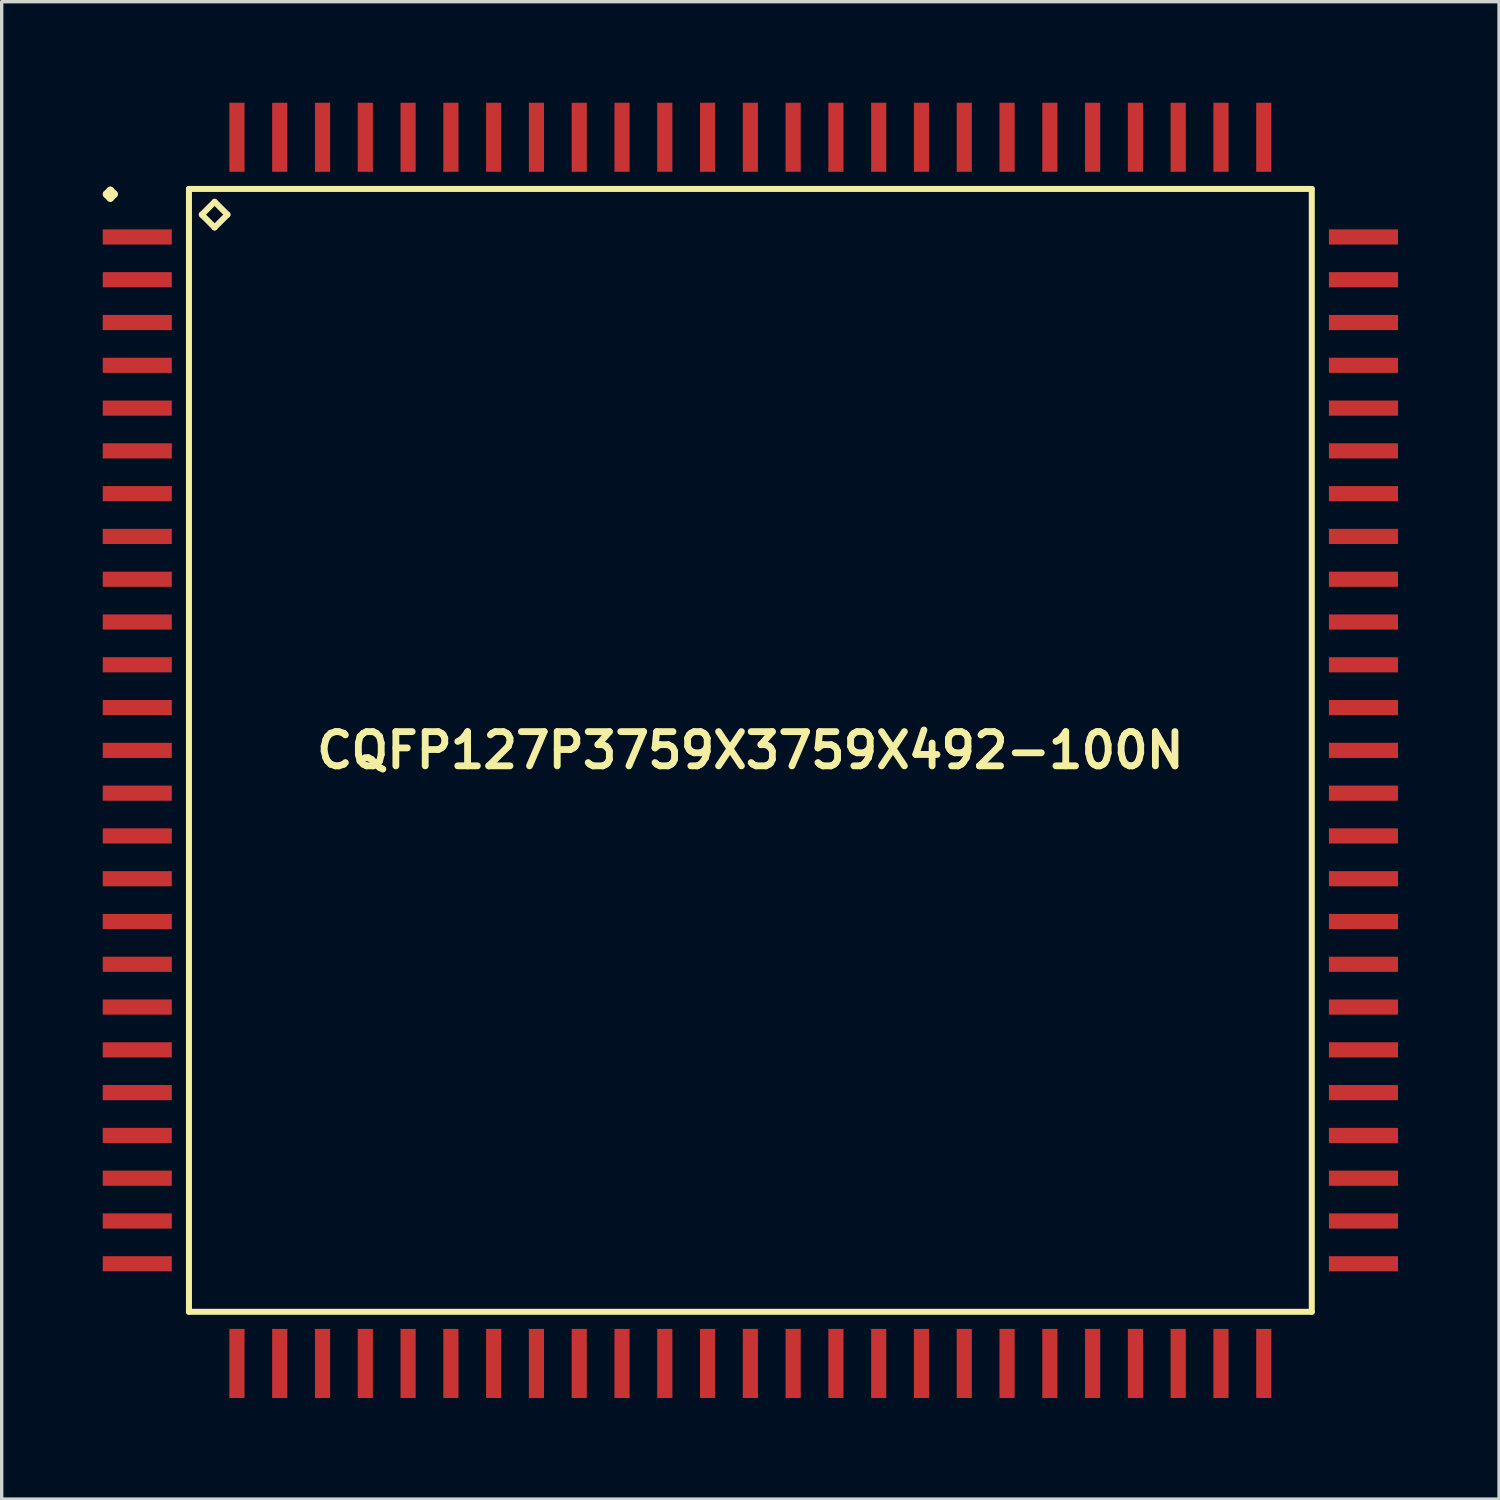
<source format=kicad_pcb>
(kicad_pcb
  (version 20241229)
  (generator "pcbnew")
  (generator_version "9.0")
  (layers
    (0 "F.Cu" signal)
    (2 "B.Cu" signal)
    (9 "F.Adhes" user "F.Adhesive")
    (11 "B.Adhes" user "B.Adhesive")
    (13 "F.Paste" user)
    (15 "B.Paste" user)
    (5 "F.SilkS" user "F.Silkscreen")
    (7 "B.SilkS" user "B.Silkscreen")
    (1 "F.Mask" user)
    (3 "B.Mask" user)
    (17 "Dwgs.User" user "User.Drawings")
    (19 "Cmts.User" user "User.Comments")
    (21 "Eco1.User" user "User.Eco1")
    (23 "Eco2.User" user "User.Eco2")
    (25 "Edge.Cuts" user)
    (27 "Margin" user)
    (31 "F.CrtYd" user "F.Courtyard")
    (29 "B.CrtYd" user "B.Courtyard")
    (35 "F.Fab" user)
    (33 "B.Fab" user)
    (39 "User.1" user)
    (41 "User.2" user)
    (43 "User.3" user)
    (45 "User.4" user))
  (footprint "CQFP127P3759X3759X492-100N"
    (layer "F.Cu")
    (at 19.224 19.224)
    (property "Reference" "CQFP127P3759X3759X492-100N" (at 0 0 0) (layer "F.SilkS") (effects (font (size 1.016 1.016) (thickness 0.203))))
    (attr smd)
    (fp_line (start -19.111 -16.51) (end -18.999 -16.622) (stroke (width 0.224) (type solid)) (layer "F.SilkS"))
    (fp_line (start -18.999 -16.622) (end -18.887 -16.51) (stroke (width 0.224) (type solid)) (layer "F.SilkS"))
    (fp_line (start -18.999 -16.396) (end -19.111 -16.51) (stroke (width 0.224) (type solid)) (layer "F.SilkS"))
    (fp_line (start -18.887 -16.51) (end -18.999 -16.396) (stroke (width 0.224) (type solid)) (layer "F.SilkS"))
    (fp_line (start -16.665 -16.665) (end -16.665 16.665) (stroke (width 0.178) (type solid)) (layer "F.SilkS"))
    (fp_line (start -16.665 16.665) (end 16.665 16.665) (stroke (width 0.178) (type solid)) (layer "F.SilkS"))
    (fp_line (start -16.284 -15.903) (end -15.903 -16.284) (stroke (width 0.178) (type solid)) (layer "F.SilkS"))
    (fp_line (start -15.903 -16.284) (end -15.522 -15.903) (stroke (width 0.178) (type solid)) (layer "F.SilkS"))
    (fp_line (start -15.903 -15.522) (end -16.284 -15.903) (stroke (width 0.178) (type solid)) (layer "F.SilkS"))
    (fp_line (start -15.522 -15.903) (end -15.903 -15.522) (stroke (width 0.178) (type solid)) (layer "F.SilkS"))
    (fp_line (start 16.665 -16.665) (end -16.665 -16.665) (stroke (width 0.178) (type solid)) (layer "F.SilkS"))
    (fp_line (start 16.665 16.665) (end 16.665 -16.665) (stroke (width 0.178) (type solid)) (layer "F.SilkS"))
    (pad "1" smd rect (at -18.199 -15.24) (size 2.05 0.45) (layers "F.Cu" "F.Mask" "F.Paste"))
    (pad "2" smd rect (at -18.199 -13.97) (size 2.05 0.45) (layers "F.Cu" "F.Mask" "F.Paste"))
    (pad "3" smd rect (at -18.199 -12.7) (size 2.05 0.45) (layers "F.Cu" "F.Mask" "F.Paste"))
    (pad "4" smd rect (at -18.199 -11.43) (size 2.05 0.45) (layers "F.Cu" "F.Mask" "F.Paste"))
    (pad "5" smd rect (at -18.199 -10.16) (size 2.05 0.45) (layers "F.Cu" "F.Mask" "F.Paste"))
    (pad "6" smd rect (at -18.199 -8.89) (size 2.05 0.45) (layers "F.Cu" "F.Mask" "F.Paste"))
    (pad "7" smd rect (at -18.199 -7.62) (size 2.05 0.45) (layers "F.Cu" "F.Mask" "F.Paste"))
    (pad "8" smd rect (at -18.199 -6.35) (size 2.05 0.45) (layers "F.Cu" "F.Mask" "F.Paste"))
    (pad "9" smd rect (at -18.199 -5.08) (size 2.05 0.45) (layers "F.Cu" "F.Mask" "F.Paste"))
    (pad "10" smd rect (at -18.199 -3.81) (size 2.05 0.45) (layers "F.Cu" "F.Mask" "F.Paste"))
    (pad "11" smd rect (at -18.199 -2.54) (size 2.05 0.45) (layers "F.Cu" "F.Mask" "F.Paste"))
    (pad "12" smd rect (at -18.199 -1.27) (size 2.05 0.45) (layers "F.Cu" "F.Mask" "F.Paste"))
    (pad "13" smd rect (at -18.199 0) (size 2.05 0.45) (layers "F.Cu" "F.Mask" "F.Paste"))
    (pad "14" smd rect (at -18.199 1.27) (size 2.05 0.45) (layers "F.Cu" "F.Mask" "F.Paste"))
    (pad "15" smd rect (at -18.199 2.54) (size 2.05 0.45) (layers "F.Cu" "F.Mask" "F.Paste"))
    (pad "16" smd rect (at -18.199 3.81) (size 2.05 0.45) (layers "F.Cu" "F.Mask" "F.Paste"))
    (pad "17" smd rect (at -18.199 5.08) (size 2.05 0.45) (layers "F.Cu" "F.Mask" "F.Paste"))
    (pad "18" smd rect (at -18.199 6.35) (size 2.05 0.45) (layers "F.Cu" "F.Mask" "F.Paste"))
    (pad "19" smd rect (at -18.199 7.62) (size 2.05 0.45) (layers "F.Cu" "F.Mask" "F.Paste"))
    (pad "20" smd rect (at -18.199 8.89) (size 2.05 0.45) (layers "F.Cu" "F.Mask" "F.Paste"))
    (pad "21" smd rect (at -18.199 10.16) (size 2.05 0.45) (layers "F.Cu" "F.Mask" "F.Paste"))
    (pad "22" smd rect (at -18.199 11.43) (size 2.05 0.45) (layers "F.Cu" "F.Mask" "F.Paste"))
    (pad "23" smd rect (at -18.199 12.7) (size 2.05 0.45) (layers "F.Cu" "F.Mask" "F.Paste"))
    (pad "24" smd rect (at -18.199 13.97) (size 2.05 0.45) (layers "F.Cu" "F.Mask" "F.Paste"))
    (pad "25" smd rect (at -18.199 15.24) (size 2.05 0.45) (layers "F.Cu" "F.Mask" "F.Paste"))
    (pad "26" smd rect (at -15.24 18.199) (size 0.45 2.05) (layers "F.Cu" "F.Mask" "F.Paste"))
    (pad "27" smd rect (at -13.97 18.199) (size 0.45 2.05) (layers "F.Cu" "F.Mask" "F.Paste"))
    (pad "28" smd rect (at -12.7 18.199) (size 0.45 2.05) (layers "F.Cu" "F.Mask" "F.Paste"))
    (pad "29" smd rect (at -11.43 18.199) (size 0.45 2.05) (layers "F.Cu" "F.Mask" "F.Paste"))
    (pad "30" smd rect (at -10.16 18.199) (size 0.45 2.05) (layers "F.Cu" "F.Mask" "F.Paste"))
    (pad "31" smd rect (at -8.89 18.199) (size 0.45 2.05) (layers "F.Cu" "F.Mask" "F.Paste"))
    (pad "32" smd rect (at -7.62 18.199) (size 0.45 2.05) (layers "F.Cu" "F.Mask" "F.Paste"))
    (pad "33" smd rect (at -6.35 18.199) (size 0.45 2.05) (layers "F.Cu" "F.Mask" "F.Paste"))
    (pad "34" smd rect (at -5.08 18.199) (size 0.45 2.05) (layers "F.Cu" "F.Mask" "F.Paste"))
    (pad "35" smd rect (at -3.81 18.199) (size 0.45 2.05) (layers "F.Cu" "F.Mask" "F.Paste"))
    (pad "36" smd rect (at -2.54 18.199) (size 0.45 2.05) (layers "F.Cu" "F.Mask" "F.Paste"))
    (pad "37" smd rect (at -1.27 18.199) (size 0.45 2.05) (layers "F.Cu" "F.Mask" "F.Paste"))
    (pad "38" smd rect (at 0 18.199) (size 0.45 2.05) (layers "F.Cu" "F.Mask" "F.Paste"))
    (pad "39" smd rect (at 1.27 18.199) (size 0.45 2.05) (layers "F.Cu" "F.Mask" "F.Paste"))
    (pad "40" smd rect (at 2.54 18.199) (size 0.45 2.05) (layers "F.Cu" "F.Mask" "F.Paste"))
    (pad "41" smd rect (at 3.81 18.199) (size 0.45 2.05) (layers "F.Cu" "F.Mask" "F.Paste"))
    (pad "42" smd rect (at 5.08 18.199) (size 0.45 2.05) (layers "F.Cu" "F.Mask" "F.Paste"))
    (pad "43" smd rect (at 6.35 18.199) (size 0.45 2.05) (layers "F.Cu" "F.Mask" "F.Paste"))
    (pad "44" smd rect (at 7.62 18.199) (size 0.45 2.05) (layers "F.Cu" "F.Mask" "F.Paste"))
    (pad "45" smd rect (at 8.89 18.199) (size 0.45 2.05) (layers "F.Cu" "F.Mask" "F.Paste"))
    (pad "46" smd rect (at 10.16 18.199) (size 0.45 2.05) (layers "F.Cu" "F.Mask" "F.Paste"))
    (pad "47" smd rect (at 11.43 18.199) (size 0.45 2.05) (layers "F.Cu" "F.Mask" "F.Paste"))
    (pad "48" smd rect (at 12.7 18.199) (size 0.45 2.05) (layers "F.Cu" "F.Mask" "F.Paste"))
    (pad "49" smd rect (at 13.97 18.199) (size 0.45 2.05) (layers "F.Cu" "F.Mask" "F.Paste"))
    (pad "50" smd rect (at 15.24 18.199) (size 0.45 2.05) (layers "F.Cu" "F.Mask" "F.Paste"))
    (pad "51" smd rect (at 18.199 15.24) (size 2.05 0.45) (layers "F.Cu" "F.Mask" "F.Paste"))
    (pad "52" smd rect (at 18.199 13.97) (size 2.05 0.45) (layers "F.Cu" "F.Mask" "F.Paste"))
    (pad "53" smd rect (at 18.199 12.7) (size 2.05 0.45) (layers "F.Cu" "F.Mask" "F.Paste"))
    (pad "54" smd rect (at 18.199 11.43) (size 2.05 0.45) (layers "F.Cu" "F.Mask" "F.Paste"))
    (pad "55" smd rect (at 18.199 10.16) (size 2.05 0.45) (layers "F.Cu" "F.Mask" "F.Paste"))
    (pad "56" smd rect (at 18.199 8.89) (size 2.05 0.45) (layers "F.Cu" "F.Mask" "F.Paste"))
    (pad "57" smd rect (at 18.199 7.62) (size 2.05 0.45) (layers "F.Cu" "F.Mask" "F.Paste"))
    (pad "58" smd rect (at 18.199 6.35) (size 2.05 0.45) (layers "F.Cu" "F.Mask" "F.Paste"))
    (pad "59" smd rect (at 18.199 5.08) (size 2.05 0.45) (layers "F.Cu" "F.Mask" "F.Paste"))
    (pad "60" smd rect (at 18.199 3.81) (size 2.05 0.45) (layers "F.Cu" "F.Mask" "F.Paste"))
    (pad "61" smd rect (at 18.199 2.54) (size 2.05 0.45) (layers "F.Cu" "F.Mask" "F.Paste"))
    (pad "62" smd rect (at 18.199 1.27) (size 2.05 0.45) (layers "F.Cu" "F.Mask" "F.Paste"))
    (pad "63" smd rect (at 18.199 0) (size 2.05 0.45) (layers "F.Cu" "F.Mask" "F.Paste"))
    (pad "64" smd rect (at 18.199 -1.27) (size 2.05 0.45) (layers "F.Cu" "F.Mask" "F.Paste"))
    (pad "65" smd rect (at 18.199 -2.54) (size 2.05 0.45) (layers "F.Cu" "F.Mask" "F.Paste"))
    (pad "66" smd rect (at 18.199 -3.81) (size 2.05 0.45) (layers "F.Cu" "F.Mask" "F.Paste"))
    (pad "67" smd rect (at 18.199 -5.08) (size 2.05 0.45) (layers "F.Cu" "F.Mask" "F.Paste"))
    (pad "68" smd rect (at 18.199 -6.35) (size 2.05 0.45) (layers "F.Cu" "F.Mask" "F.Paste"))
    (pad "69" smd rect (at 18.199 -7.62) (size 2.05 0.45) (layers "F.Cu" "F.Mask" "F.Paste"))
    (pad "70" smd rect (at 18.199 -8.89) (size 2.05 0.45) (layers "F.Cu" "F.Mask" "F.Paste"))
    (pad "71" smd rect (at 18.199 -10.16) (size 2.05 0.45) (layers "F.Cu" "F.Mask" "F.Paste"))
    (pad "72" smd rect (at 18.199 -11.43) (size 2.05 0.45) (layers "F.Cu" "F.Mask" "F.Paste"))
    (pad "73" smd rect (at 18.199 -12.7) (size 2.05 0.45) (layers "F.Cu" "F.Mask" "F.Paste"))
    (pad "74" smd rect (at 18.199 -13.97) (size 2.05 0.45) (layers "F.Cu" "F.Mask" "F.Paste"))
    (pad "75" smd rect (at 18.199 -15.24) (size 2.05 0.45) (layers "F.Cu" "F.Mask" "F.Paste"))
    (pad "76" smd rect (at 15.24 -18.199) (size 0.45 2.05) (layers "F.Cu" "F.Mask" "F.Paste"))
    (pad "77" smd rect (at 13.97 -18.199) (size 0.45 2.05) (layers "F.Cu" "F.Mask" "F.Paste"))
    (pad "78" smd rect (at 12.7 -18.199) (size 0.45 2.05) (layers "F.Cu" "F.Mask" "F.Paste"))
    (pad "79" smd rect (at 11.43 -18.199) (size 0.45 2.05) (layers "F.Cu" "F.Mask" "F.Paste"))
    (pad "80" smd rect (at 10.16 -18.199) (size 0.45 2.05) (layers "F.Cu" "F.Mask" "F.Paste"))
    (pad "81" smd rect (at 8.89 -18.199) (size 0.45 2.05) (layers "F.Cu" "F.Mask" "F.Paste"))
    (pad "82" smd rect (at 7.62 -18.199) (size 0.45 2.05) (layers "F.Cu" "F.Mask" "F.Paste"))
    (pad "83" smd rect (at 6.35 -18.199) (size 0.45 2.05) (layers "F.Cu" "F.Mask" "F.Paste"))
    (pad "84" smd rect (at 5.08 -18.199) (size 0.45 2.05) (layers "F.Cu" "F.Mask" "F.Paste"))
    (pad "85" smd rect (at 3.81 -18.199) (size 0.45 2.05) (layers "F.Cu" "F.Mask" "F.Paste"))
    (pad "86" smd rect (at 2.54 -18.199) (size 0.45 2.05) (layers "F.Cu" "F.Mask" "F.Paste"))
    (pad "87" smd rect (at 1.27 -18.199) (size 0.45 2.05) (layers "F.Cu" "F.Mask" "F.Paste"))
    (pad "88" smd rect (at 0 -18.199) (size 0.45 2.05) (layers "F.Cu" "F.Mask" "F.Paste"))
    (pad "89" smd rect (at -1.27 -18.199) (size 0.45 2.05) (layers "F.Cu" "F.Mask" "F.Paste"))
    (pad "90" smd rect (at -2.54 -18.199) (size 0.45 2.05) (layers "F.Cu" "F.Mask" "F.Paste"))
    (pad "91" smd rect (at -3.81 -18.199) (size 0.45 2.05) (layers "F.Cu" "F.Mask" "F.Paste"))
    (pad "92" smd rect (at -5.08 -18.199) (size 0.45 2.05) (layers "F.Cu" "F.Mask" "F.Paste"))
    (pad "93" smd rect (at -6.35 -18.199) (size 0.45 2.05) (layers "F.Cu" "F.Mask" "F.Paste"))
    (pad "94" smd rect (at -7.62 -18.199) (size 0.45 2.05) (layers "F.Cu" "F.Mask" "F.Paste"))
    (pad "95" smd rect (at -8.89 -18.199) (size 0.45 2.05) (layers "F.Cu" "F.Mask" "F.Paste"))
    (pad "96" smd rect (at -10.16 -18.199) (size 0.45 2.05) (layers "F.Cu" "F.Mask" "F.Paste"))
    (pad "97" smd rect (at -11.43 -18.199) (size 0.45 2.05) (layers "F.Cu" "F.Mask" "F.Paste"))
    (pad "98" smd rect (at -12.7 -18.199) (size 0.45 2.05) (layers "F.Cu" "F.Mask" "F.Paste"))
    (pad "99" smd rect (at -13.97 -18.199) (size 0.45 2.05) (layers "F.Cu" "F.Mask" "F.Paste"))
    (pad "100" smd rect (at -15.24 -18.199) (size 0.45 2.05) (layers "F.Cu" "F.Mask" "F.Paste")))
  (gr_rect
    (start -3 -3)
    (end 41.448 41.448)
    (stroke (width 0.1) (type default))
    (fill no)
    (layer "Edge.Cuts")))
</source>
